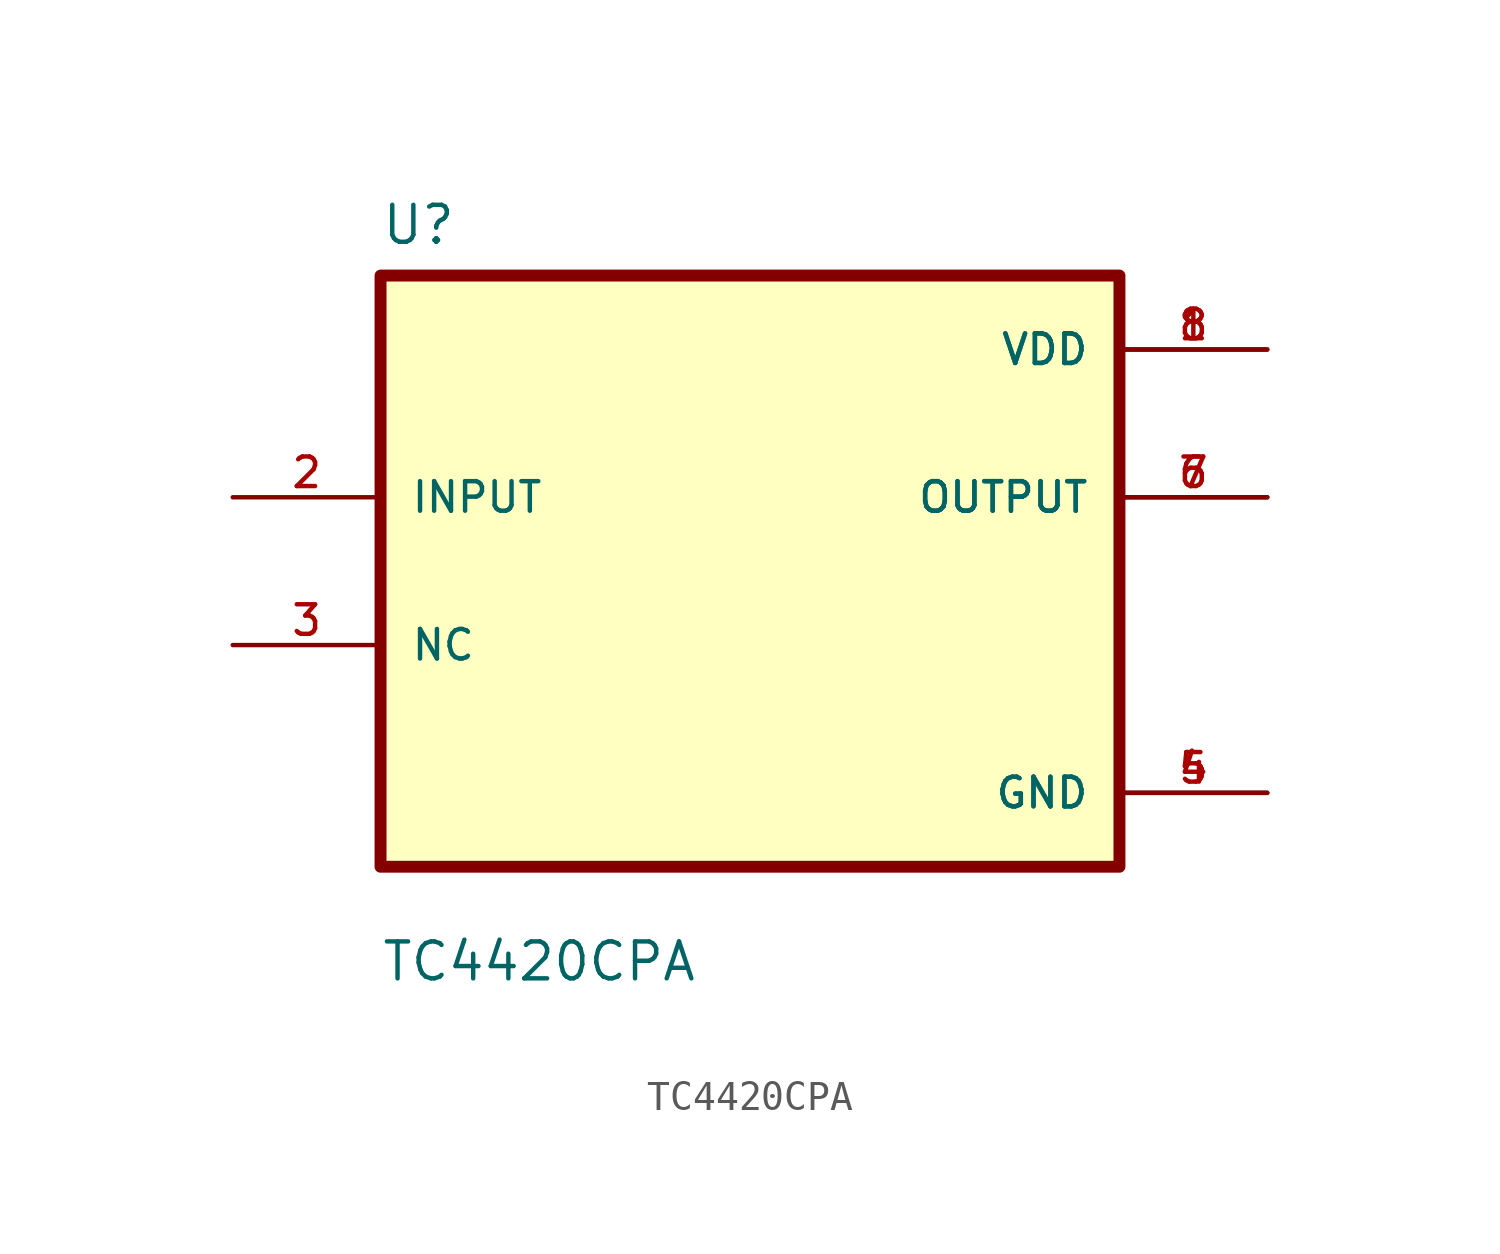
<source format=kicad_sym>
(kicad_symbol_lib
  (version 20211014)
  (generator kicad_symbol_editor)
  (symbol "TC4420CPA"
    (pin_names
      (offset 1.016))
    (property "Reference" "U"
      (at -12.7 11.16 0.0)
      (effects (font (size 1.27 1.27)) (justify bottom left)))
    (property "Value" "TC4420CPA"
      (at -12.7 -14.16 0.0)
      (effects (font (size 1.27 1.27)) (justify bottom left)))
    (symbol "TC4420CPA_0_0"
      (rectangle (start -12.7 -10.16) (end 12.7 10.16) (stroke (width 0.41)) (fill (type background)))
      (pin input line (at -17.78 2.54 0) (length 5.08) (name "INPUT" (effects (font (size 1.016 1.016)))) (number "2" (effects (font (size 1.016 1.016)))))
      (pin bidirectional line (at -17.78 -2.54 0) (length 5.08) (name "NC" (effects (font (size 1.016 1.016)))) (number "3" (effects (font (size 1.016 1.016)))))
      (pin power_in line (at 17.78 7.62 180.0) (length 5.08) (name "VDD" (effects (font (size 1.016 1.016)))) (number "1" (effects (font (size 1.016 1.016)))))
      (pin power_in line (at 17.78 7.62 180.0) (length 5.08) (name "VDD" (effects (font (size 1.016 1.016)))) (number "8" (effects (font (size 1.016 1.016)))))
      (pin output line (at 17.78 2.54 180.0) (length 5.08) (name "OUTPUT" (effects (font (size 1.016 1.016)))) (number "6" (effects (font (size 1.016 1.016)))))
      (pin output line (at 17.78 2.54 180.0) (length 5.08) (name "OUTPUT" (effects (font (size 1.016 1.016)))) (number "7" (effects (font (size 1.016 1.016)))))
      (pin power_in line (at 17.78 -7.62 180.0) (length 5.08) (name "GND" (effects (font (size 1.016 1.016)))) (number "4" (effects (font (size 1.016 1.016)))))
      (pin power_in line (at 17.78 -7.62 180.0) (length 5.08) (name "GND" (effects (font (size 1.016 1.016)))) (number "5" (effects (font (size 1.016 1.016))))))))
</source>
